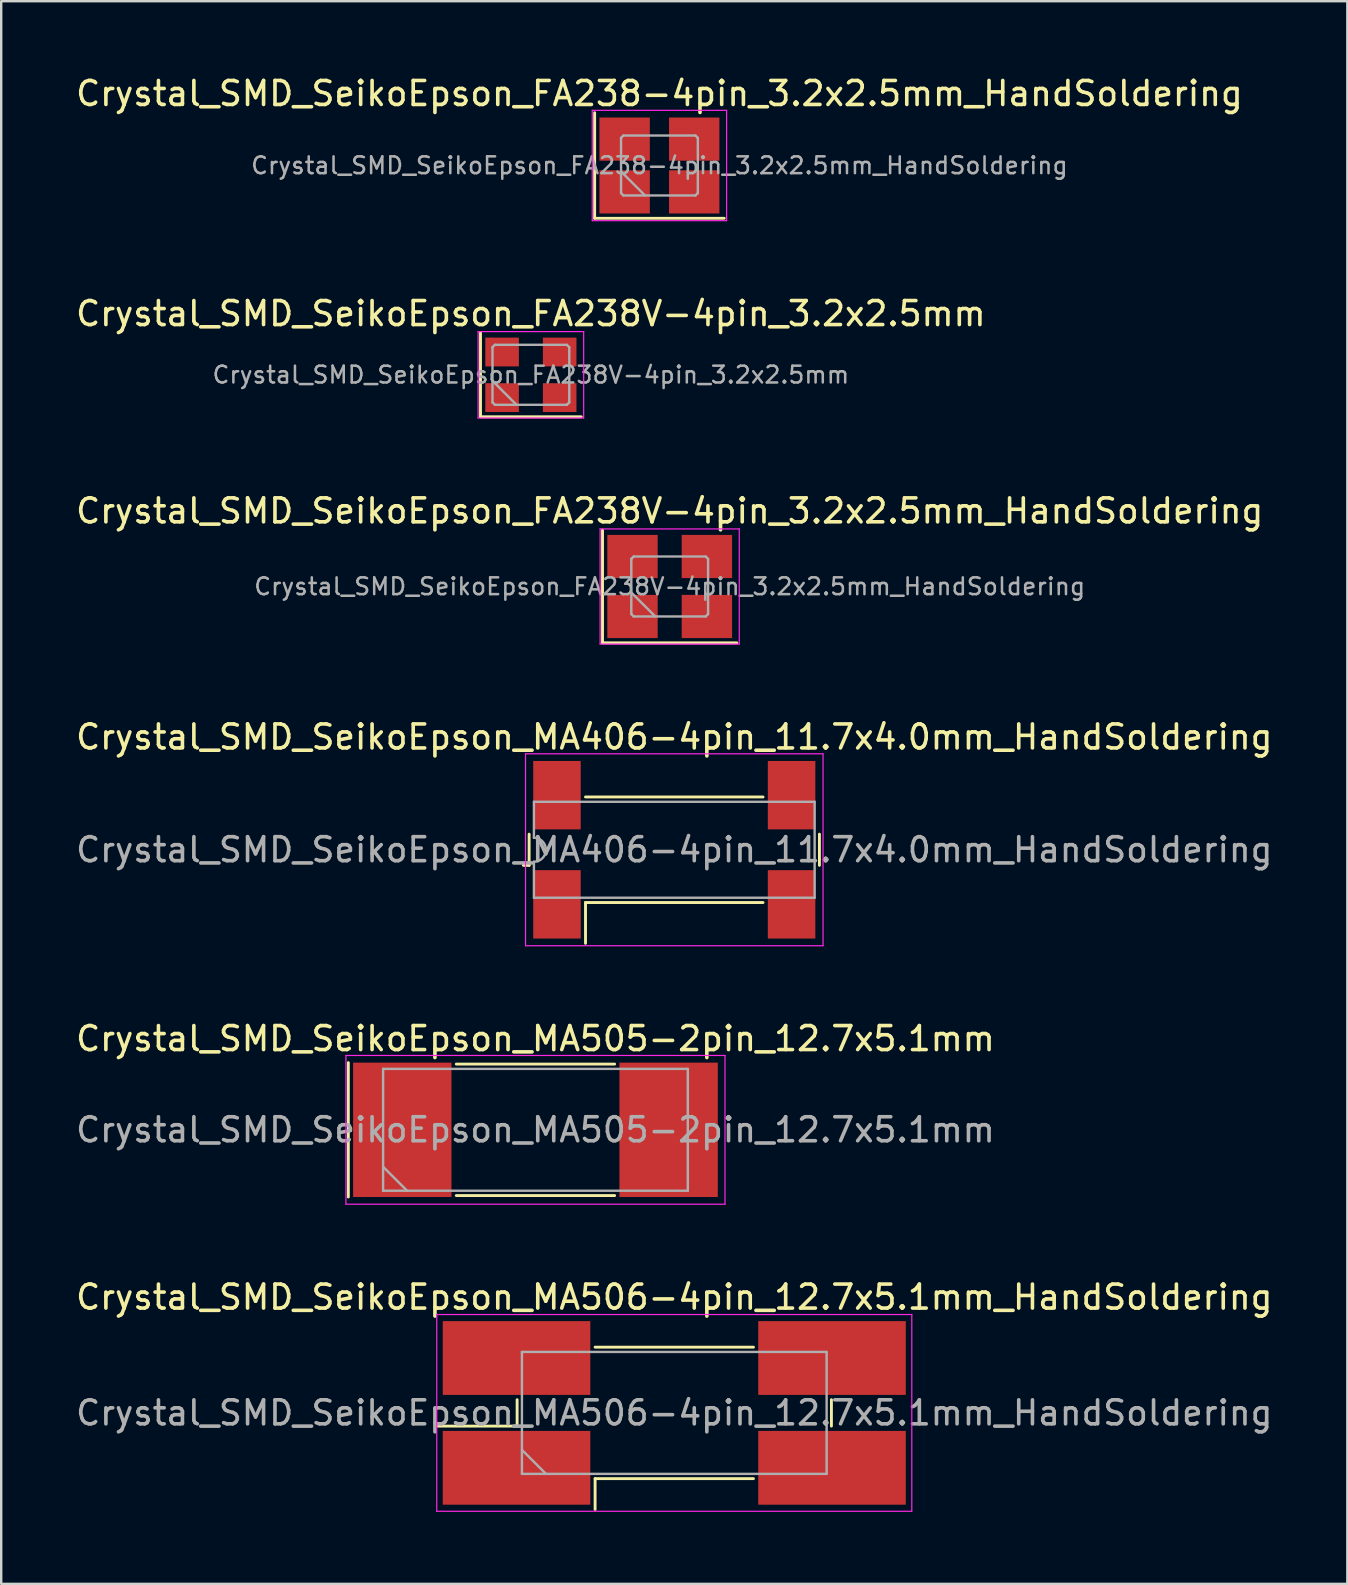
<source format=kicad_pcb>
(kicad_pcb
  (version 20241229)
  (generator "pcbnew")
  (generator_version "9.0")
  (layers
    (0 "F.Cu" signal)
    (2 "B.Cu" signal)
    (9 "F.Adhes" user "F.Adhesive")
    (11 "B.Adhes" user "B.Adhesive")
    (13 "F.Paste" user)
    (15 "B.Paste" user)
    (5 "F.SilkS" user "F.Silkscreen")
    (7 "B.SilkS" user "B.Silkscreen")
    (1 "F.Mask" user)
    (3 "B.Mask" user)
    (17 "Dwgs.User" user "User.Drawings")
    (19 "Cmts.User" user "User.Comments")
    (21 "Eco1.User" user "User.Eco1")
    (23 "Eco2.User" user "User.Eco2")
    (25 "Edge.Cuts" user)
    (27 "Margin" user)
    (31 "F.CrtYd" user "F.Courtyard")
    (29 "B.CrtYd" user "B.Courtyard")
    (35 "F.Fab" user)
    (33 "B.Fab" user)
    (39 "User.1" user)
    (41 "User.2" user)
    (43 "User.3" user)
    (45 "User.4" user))
  (footprint "Crystal_SMD_SeikoEpson_MA505-2pin_12.7x5.1mm"
    (layer "F.Cu")
    (at 19.268 44.041)
    (property "Reference" "Crystal_SMD_SeikoEpson_MA505-2pin_12.7x5.1mm" (at 0 -3.8 0) (layer "F.SilkS") (effects (font (size 1 1) (thickness 0.15))))
    (attr smd)
    (fp_line (start -7.8 -2.8) (end -7.8 2.8) (stroke (width 0.12) (type solid)) (layer "F.SilkS"))
    (fp_line (start -3.3 -2.74) (end 3.3 -2.74) (stroke (width 0.12) (type solid)) (layer "F.SilkS"))
    (fp_line (start -3.3 2.74) (end 3.3 2.74) (stroke (width 0.12) (type solid)) (layer "F.SilkS"))
    (fp_line (start -7.9 -3.1) (end -7.9 3.1) (stroke (width 0.05) (type solid)) (layer "F.CrtYd"))
    (fp_line (start -7.9 3.1) (end 7.9 3.1) (stroke (width 0.05) (type solid)) (layer "F.CrtYd"))
    (fp_line (start 7.9 -3.1) (end -7.9 -3.1) (stroke (width 0.05) (type solid)) (layer "F.CrtYd"))
    (fp_line (start 7.9 3.1) (end 7.9 -3.1) (stroke (width 0.05) (type solid)) (layer "F.CrtYd"))
    (fp_line (start -6.35 -2.54) (end -6.35 2.54) (stroke (width 0.1) (type solid)) (layer "F.Fab"))
    (fp_line (start -6.35 1.54) (end -5.35 2.54) (stroke (width 0.1) (type solid)) (layer "F.Fab"))
    (fp_line (start -6.35 2.54) (end 6.35 2.54) (stroke (width 0.1) (type solid)) (layer "F.Fab"))
    (fp_line (start 6.35 -2.54) (end -6.35 -2.54) (stroke (width 0.1) (type solid)) (layer "F.Fab"))
    (fp_line (start 6.35 2.54) (end 6.35 -2.54) (stroke (width 0.1) (type solid)) (layer "F.Fab"))
    (fp_text user "${REFERENCE}" (at 0 0 0) (layer "F.Fab") (effects (font (size 1 1) (thickness 0.15))))
    (pad "1" smd rect (at -5.55 0) (size 4.1 5.6) (layers "F.Cu" "F.Mask" "F.Paste"))
    (pad "2" smd rect (at 5.55 0) (size 4.1 5.6) (layers "F.Cu" "F.Mask" "F.Paste")))
  (footprint "Crystal_SMD_SeikoEpson_FA238V-4pin_3.2x2.5mm_HandSoldering"
    (layer "F.Cu")
    (at 24.863 21.395)
    (property "Reference" "Crystal_SMD_SeikoEpson_FA238V-4pin_3.2x2.5mm_HandSoldering" (at 0 -3.15 0) (layer "F.SilkS") (effects (font (size 1 1) (thickness 0.15))))
    (attr smd)
    (fp_line (start -2.8 -2.35) (end -2.8 2.35) (stroke (width 0.12) (type solid)) (layer "F.SilkS"))
    (fp_line (start -2.8 2.35) (end 2.8 2.35) (stroke (width 0.12) (type solid)) (layer "F.SilkS"))
    (fp_line (start -2.9 -2.4) (end -2.9 2.4) (stroke (width 0.05) (type solid)) (layer "F.CrtYd"))
    (fp_line (start -2.9 2.4) (end 2.9 2.4) (stroke (width 0.05) (type solid)) (layer "F.CrtYd"))
    (fp_line (start 2.9 -2.4) (end -2.9 -2.4) (stroke (width 0.05) (type solid)) (layer "F.CrtYd"))
    (fp_line (start 2.9 2.4) (end 2.9 -2.4) (stroke (width 0.05) (type solid)) (layer "F.CrtYd"))
    (fp_line (start -1.6 -1.15) (end -1.5 -1.25) (stroke (width 0.1) (type solid)) (layer "F.Fab"))
    (fp_line (start -1.6 0.25) (end -0.6 1.25) (stroke (width 0.1) (type solid)) (layer "F.Fab"))
    (fp_line (start -1.6 1.15) (end -1.6 -1.15) (stroke (width 0.1) (type solid)) (layer "F.Fab"))
    (fp_line (start -1.5 -1.25) (end 1.5 -1.25) (stroke (width 0.1) (type solid)) (layer "F.Fab"))
    (fp_line (start -1.5 1.25) (end -1.6 1.15) (stroke (width 0.1) (type solid)) (layer "F.Fab"))
    (fp_line (start 1.5 -1.25) (end 1.6 -1.15) (stroke (width 0.1) (type solid)) (layer "F.Fab"))
    (fp_line (start 1.5 1.25) (end -1.5 1.25) (stroke (width 0.1) (type solid)) (layer "F.Fab"))
    (fp_line (start 1.6 -1.15) (end 1.6 1.15) (stroke (width 0.1) (type solid)) (layer "F.Fab"))
    (fp_line (start 1.6 1.15) (end 1.5 1.25) (stroke (width 0.1) (type solid)) (layer "F.Fab"))
    (fp_text user "${REFERENCE}" (at 0 0 0) (layer "F.Fab") (effects (font (size 0.7 0.7) (thickness 0.105))))
    (pad "1" smd rect (at -1.55 1.25) (size 2.1 1.8) (layers "F.Cu" "F.Mask" "F.Paste"))
    (pad "2" smd rect (at 1.55 1.25) (size 2.1 1.8) (layers "F.Cu" "F.Mask" "F.Paste"))
    (pad "3" smd rect (at 1.55 -1.25) (size 2.1 1.8) (layers "F.Cu" "F.Mask" "F.Paste"))
    (pad "4" smd rect (at -1.55 -1.25) (size 2.1 1.8) (layers "F.Cu" "F.Mask" "F.Paste")))
  (footprint "Crystal_SMD_SeikoEpson_FA238-4pin_3.2x2.5mm_HandSoldering"
    (layer "F.Cu")
    (at 24.435 3.848)
    (property "Reference" "Crystal_SMD_SeikoEpson_FA238-4pin_3.2x2.5mm_HandSoldering" (at 0 -3 0) (layer "F.SilkS") (effects (font (size 1 1) (thickness 0.15))))
    (attr smd)
    (fp_line (start -2.7 -2.2) (end -2.7 2.2) (stroke (width 0.12) (type solid)) (layer "F.SilkS"))
    (fp_line (start -2.7 2.2) (end 2.7 2.2) (stroke (width 0.12) (type solid)) (layer "F.SilkS"))
    (fp_line (start -2.8 -2.3) (end -2.8 2.3) (stroke (width 0.05) (type solid)) (layer "F.CrtYd"))
    (fp_line (start -2.8 2.3) (end 2.8 2.3) (stroke (width 0.05) (type solid)) (layer "F.CrtYd"))
    (fp_line (start 2.8 -2.3) (end -2.8 -2.3) (stroke (width 0.05) (type solid)) (layer "F.CrtYd"))
    (fp_line (start 2.8 2.3) (end 2.8 -2.3) (stroke (width 0.05) (type solid)) (layer "F.CrtYd"))
    (fp_line (start -1.6 -1.15) (end -1.5 -1.25) (stroke (width 0.1) (type solid)) (layer "F.Fab"))
    (fp_line (start -1.6 0.25) (end -0.6 1.25) (stroke (width 0.1) (type solid)) (layer "F.Fab"))
    (fp_line (start -1.6 1.15) (end -1.6 -1.15) (stroke (width 0.1) (type solid)) (layer "F.Fab"))
    (fp_line (start -1.5 -1.25) (end 1.5 -1.25) (stroke (width 0.1) (type solid)) (layer "F.Fab"))
    (fp_line (start -1.5 1.25) (end -1.6 1.15) (stroke (width 0.1) (type solid)) (layer "F.Fab"))
    (fp_line (start 1.5 -1.25) (end 1.6 -1.15) (stroke (width 0.1) (type solid)) (layer "F.Fab"))
    (fp_line (start 1.5 1.25) (end -1.5 1.25) (stroke (width 0.1) (type solid)) (layer "F.Fab"))
    (fp_line (start 1.6 -1.15) (end 1.6 1.15) (stroke (width 0.1) (type solid)) (layer "F.Fab"))
    (fp_line (start 1.6 1.15) (end 1.5 1.25) (stroke (width 0.1) (type solid)) (layer "F.Fab"))
    (fp_text user "${REFERENCE}" (at 0 0 0) (layer "F.Fab") (effects (font (size 0.7 0.7) (thickness 0.105))))
    (pad "1" smd rect (at -1.45 1.1) (size 2.1 1.8) (layers "F.Cu" "F.Mask" "F.Paste"))
    (pad "2" smd rect (at 1.45 1.1) (size 2.1 1.8) (layers "F.Cu" "F.Mask" "F.Paste"))
    (pad "3" smd rect (at 1.45 -1.1) (size 2.1 1.8) (layers "F.Cu" "F.Mask" "F.Paste"))
    (pad "4" smd rect (at -1.45 -1.1) (size 2.1 1.8) (layers "F.Cu" "F.Mask" "F.Paste")))
  (footprint "Crystal_SMD_SeikoEpson_MA506-4pin_12.7x5.1mm_HandSoldering"
    (layer "F.Cu")
    (at 25.054 55.84)
    (property "Reference" "Crystal_SMD_SeikoEpson_MA506-4pin_12.7x5.1mm_HandSoldering" (at 0 -4.825 0) (layer "F.SilkS") (effects (font (size 1 1) (thickness 0.15))))
    (attr smd)
    (fp_line (start -9.85 0.55) (end -6.55 0.55) (stroke (width 0.12) (type solid)) (layer "F.SilkS"))
    (fp_line (start -6.55 0.55) (end -6.55 -0.55) (stroke (width 0.12) (type solid)) (layer "F.SilkS"))
    (fp_line (start -3.3 -2.74) (end 3.3 -2.74) (stroke (width 0.12) (type solid)) (layer "F.SilkS"))
    (fp_line (start -3.3 2.74) (end -3.3 4.025) (stroke (width 0.12) (type solid)) (layer "F.SilkS"))
    (fp_line (start 3.3 2.74) (end -3.3 2.74) (stroke (width 0.12) (type solid)) (layer "F.SilkS"))
    (fp_line (start 6.55 -0.55) (end 6.55 0.55) (stroke (width 0.12) (type solid)) (layer "F.SilkS"))
    (fp_line (start -9.9 -4.1) (end -9.9 4.1) (stroke (width 0.05) (type solid)) (layer "F.CrtYd"))
    (fp_line (start -9.9 4.1) (end 9.9 4.1) (stroke (width 0.05) (type solid)) (layer "F.CrtYd"))
    (fp_line (start 9.9 -4.1) (end -9.9 -4.1) (stroke (width 0.05) (type solid)) (layer "F.CrtYd"))
    (fp_line (start 9.9 4.1) (end 9.9 -4.1) (stroke (width 0.05) (type solid)) (layer "F.CrtYd"))
    (fp_line (start -6.35 -2.54) (end -6.35 2.54) (stroke (width 0.1) (type solid)) (layer "F.Fab"))
    (fp_line (start -6.35 1.54) (end -5.35 2.54) (stroke (width 0.1) (type solid)) (layer "F.Fab"))
    (fp_line (start -6.35 2.54) (end 6.35 2.54) (stroke (width 0.1) (type solid)) (layer "F.Fab"))
    (fp_line (start 6.35 -2.54) (end -6.35 -2.54) (stroke (width 0.1) (type solid)) (layer "F.Fab"))
    (fp_line (start 6.35 2.54) (end 6.35 -2.54) (stroke (width 0.1) (type solid)) (layer "F.Fab"))
    (fp_text user "${REFERENCE}" (at 0 0 0) (layer "F.Fab") (effects (font (size 1 1) (thickness 0.15))))
    (pad "1" smd rect (at -6.575 2.288) (size 6.15 3.075) (layers "F.Cu" "F.Mask" "F.Paste"))
    (pad "2" smd rect (at 6.575 2.288) (size 6.15 3.075) (layers "F.Cu" "F.Mask" "F.Paste"))
    (pad "3" smd rect (at 6.575 -2.288) (size 6.15 3.075) (layers "F.Cu" "F.Mask" "F.Paste"))
    (pad "4" smd rect (at -6.575 -2.288) (size 6.15 3.075) (layers "F.Cu" "F.Mask" "F.Paste")))
  (footprint "Crystal_SMD_SeikoEpson_FA238V-4pin_3.2x2.5mm"
    (layer "F.Cu")
    (at 19.077 12.572)
    (property "Reference" "Crystal_SMD_SeikoEpson_FA238V-4pin_3.2x2.5mm" (at 0 -2.55 0) (layer "F.SilkS") (effects (font (size 1 1) (thickness 0.15))))
    (attr smd)
    (fp_line (start -2.1 -1.75) (end -2.1 1.75) (stroke (width 0.12) (type solid)) (layer "F.SilkS"))
    (fp_line (start -2.1 1.75) (end 2.1 1.75) (stroke (width 0.12) (type solid)) (layer "F.SilkS"))
    (fp_line (start -2.2 -1.8) (end -2.2 1.8) (stroke (width 0.05) (type solid)) (layer "F.CrtYd"))
    (fp_line (start -2.2 1.8) (end 2.2 1.8) (stroke (width 0.05) (type solid)) (layer "F.CrtYd"))
    (fp_line (start 2.2 -1.8) (end -2.2 -1.8) (stroke (width 0.05) (type solid)) (layer "F.CrtYd"))
    (fp_line (start 2.2 1.8) (end 2.2 -1.8) (stroke (width 0.05) (type solid)) (layer "F.CrtYd"))
    (fp_line (start -1.6 -1.15) (end -1.5 -1.25) (stroke (width 0.1) (type solid)) (layer "F.Fab"))
    (fp_line (start -1.6 0.25) (end -0.6 1.25) (stroke (width 0.1) (type solid)) (layer "F.Fab"))
    (fp_line (start -1.6 1.15) (end -1.6 -1.15) (stroke (width 0.1) (type solid)) (layer "F.Fab"))
    (fp_line (start -1.5 -1.25) (end 1.5 -1.25) (stroke (width 0.1) (type solid)) (layer "F.Fab"))
    (fp_line (start -1.5 1.25) (end -1.6 1.15) (stroke (width 0.1) (type solid)) (layer "F.Fab"))
    (fp_line (start 1.5 -1.25) (end 1.6 -1.15) (stroke (width 0.1) (type solid)) (layer "F.Fab"))
    (fp_line (start 1.5 1.25) (end -1.5 1.25) (stroke (width 0.1) (type solid)) (layer "F.Fab"))
    (fp_line (start 1.6 -1.15) (end 1.6 1.15) (stroke (width 0.1) (type solid)) (layer "F.Fab"))
    (fp_line (start 1.6 1.15) (end 1.5 1.25) (stroke (width 0.1) (type solid)) (layer "F.Fab"))
    (fp_text user "${REFERENCE}" (at 0 0 0) (layer "F.Fab") (effects (font (size 0.7 0.7) (thickness 0.105))))
    (pad "1" smd rect (at -1.2 0.95) (size 1.4 1.2) (layers "F.Cu" "F.Mask" "F.Paste"))
    (pad "2" smd rect (at 1.2 0.95) (size 1.4 1.2) (layers "F.Cu" "F.Mask" "F.Paste"))
    (pad "3" smd rect (at 1.2 -0.95) (size 1.4 1.2) (layers "F.Cu" "F.Mask" "F.Paste"))
    (pad "4" smd rect (at -1.2 -0.95) (size 1.4 1.2) (layers "F.Cu" "F.Mask" "F.Paste")))
  (footprint "Crystal_SMD_SeikoEpson_MA406-4pin_11.7x4.0mm_HandSoldering"
    (layer "F.Cu")
    (at 25.054 32.368)
    (property "Reference" "Crystal_SMD_SeikoEpson_MA406-4pin_11.7x4.0mm_HandSoldering" (at 0 -4.7 0) (layer "F.SilkS") (effects (font (size 1 1) (thickness 0.15))))
    (attr smd)
    (fp_line (start -6.29 0.65) (end -6.05 0.65) (stroke (width 0.12) (type solid)) (layer "F.SilkS"))
    (fp_line (start -6.05 0.65) (end -6.05 -0.65) (stroke (width 0.12) (type solid)) (layer "F.SilkS"))
    (fp_line (start -3.7 -2.2) (end 3.7 -2.2) (stroke (width 0.12) (type solid)) (layer "F.SilkS"))
    (fp_line (start -3.7 2.2) (end -3.7 3.9) (stroke (width 0.12) (type solid)) (layer "F.SilkS"))
    (fp_line (start 3.7 2.2) (end -3.7 2.2) (stroke (width 0.12) (type solid)) (layer "F.SilkS"))
    (fp_line (start 6.05 -0.65) (end 6.05 0.65) (stroke (width 0.12) (type solid)) (layer "F.SilkS"))
    (fp_line (start -6.2 -4) (end -6.2 4) (stroke (width 0.05) (type solid)) (layer "F.CrtYd"))
    (fp_line (start -6.2 4) (end 6.2 4) (stroke (width 0.05) (type solid)) (layer "F.CrtYd"))
    (fp_line (start 6.2 -4) (end -6.2 -4) (stroke (width 0.05) (type solid)) (layer "F.CrtYd"))
    (fp_line (start 6.2 4) (end 6.2 -4) (stroke (width 0.05) (type solid)) (layer "F.CrtYd"))
    (fp_line (start -5.85 -2) (end 5.85 -2) (stroke (width 0.1) (type solid)) (layer "F.Fab"))
    (fp_line (start -5.85 -0.5) (end -5.85 -2) (stroke (width 0.1) (type solid)) (layer "F.Fab"))
    (fp_line (start -5.85 2) (end -5.85 0.5) (stroke (width 0.1) (type solid)) (layer "F.Fab"))
    (fp_line (start 5.85 -2) (end 5.85 2) (stroke (width 0.1) (type solid)) (layer "F.Fab"))
    (fp_line (start 5.85 2) (end -5.85 2) (stroke (width 0.1) (type solid)) (layer "F.Fab"))
    (fp_arc (start -5.85 -0.5) (mid -5.35 0) (end -5.85 0.5) (stroke (width 0.1) (type solid)) (layer "F.Fab"))
    (fp_text user "${REFERENCE}" (at 0 0 0) (layer "F.Fab") (effects (font (size 1 1) (thickness 0.15))))
    (pad "1" smd rect (at -4.89 2.275) (size 1.98 2.85) (layers "F.Cu" "F.Mask" "F.Paste"))
    (pad "2" smd rect (at 4.89 2.275) (size 1.98 2.85) (layers "F.Cu" "F.Mask" "F.Paste"))
    (pad "3" smd rect (at 4.89 -2.275) (size 1.98 2.85) (layers "F.Cu" "F.Mask" "F.Paste"))
    (pad "4" smd rect (at -4.89 -2.275) (size 1.98 2.85) (layers "F.Cu" "F.Mask" "F.Paste")))
  (gr_rect
    (start -3 -3)
    (end 53.107 62.965)
    (stroke (width 0.1) (type default))
    (fill no)
    (layer "Edge.Cuts")))
</source>
